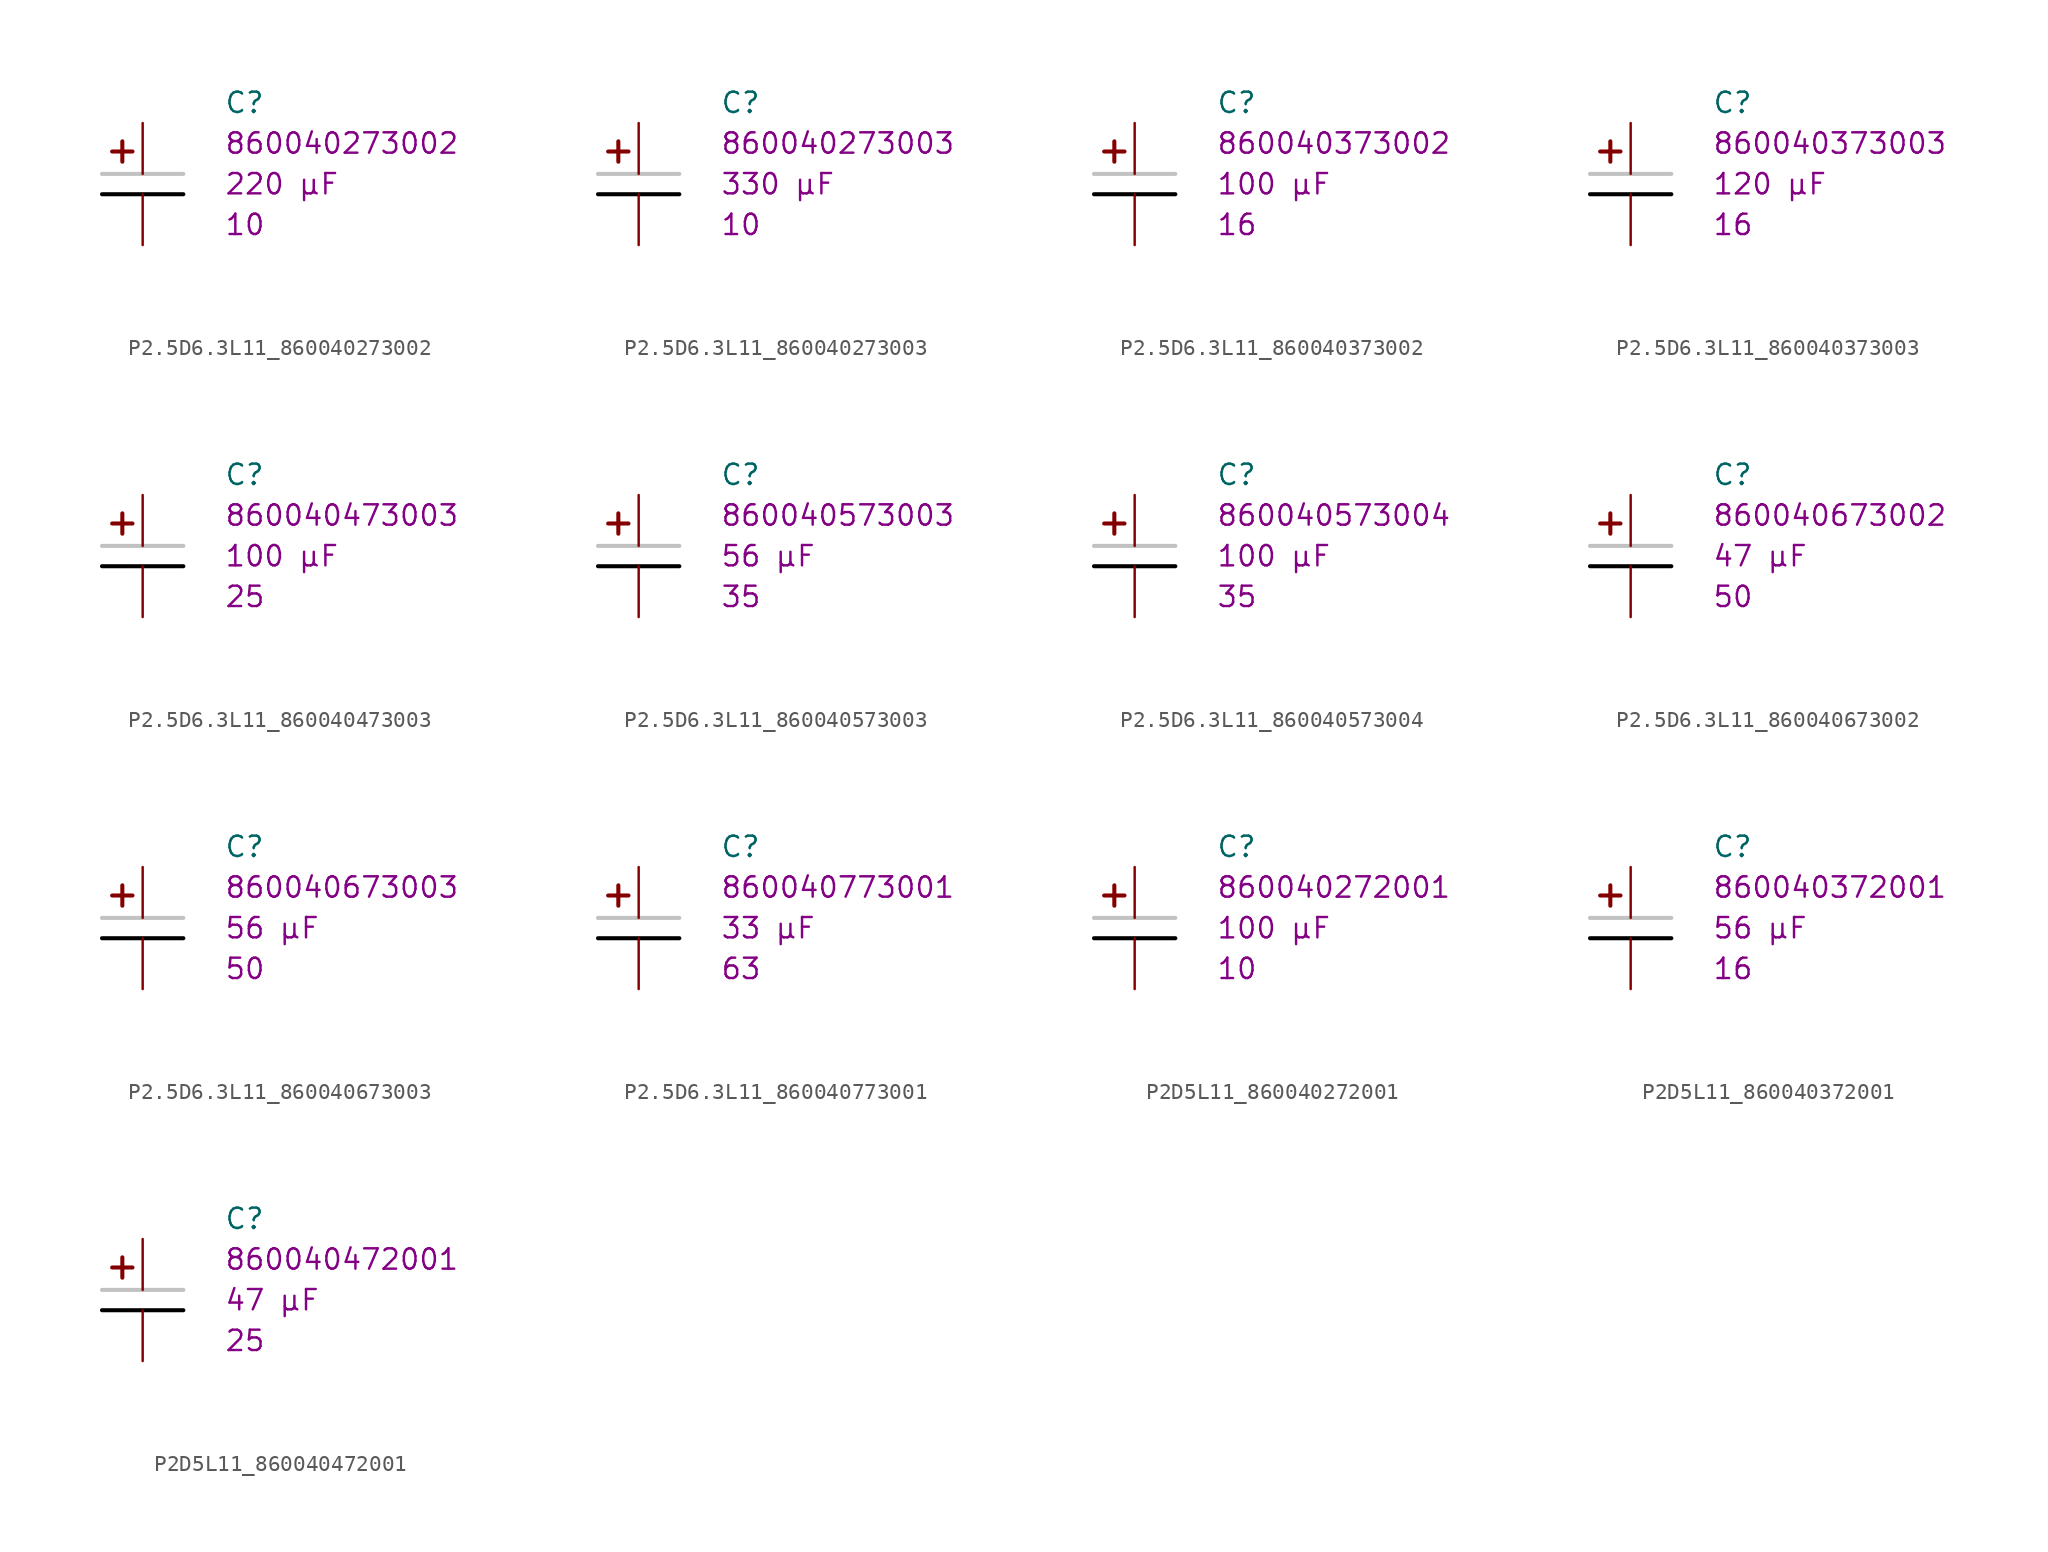
<source format=kicad_sym>
(kicad_symbol_lib
  (version 20220914)
  (generator kicad_symbol_editor)
  (symbol "P2.5D6.3L11_860040273002"
    (pin_numbers hide)
    (pin_names hide)
    (property "Reference" "C"
      (at 5.08 5.08 0)
      (effects (font (size 1.27 1.27)) (justify left)))
    (property "Part Number" "860040273002"
      (at 5.08 2.54 0)
      (effects (font (size 1.27 1.27)) (justify left)))
    (property "Capacitance" "220 µF"
      (at 5.08 0 0)
      (effects (font (size 1.27 1.27)) (justify left)))
    (property "Voltage" "10"
      (at 5.08 -2.54 0)
      (effects (font (size 1.27 1.27)) (justify left)))
    (property "Critical Parameter" ""
      (at 0 -7.62 0)
      (effects (font (size 1.27 1.27)) (justify left)))
    (symbol "P2.5D6.3L11_860040273002_1_1"
      (polyline (pts (xy -1.27 2.667) (xy -1.27 1.397)) (stroke (width 0.254) (type default)) (fill (type none)))
      (polyline (pts (xy -0.635 2.032) (xy -1.905 2.032)) (stroke (width 0.254) (type default)) (fill (type none)))
      (polyline (pts (xy 2.54 -0.635) (xy -2.54 -0.635)) (stroke (width 0.254) (type default) (color 0 0 0 1)) (fill (type none)))
      (polyline (pts (xy 2.54 0.635) (xy -2.54 0.635)) (stroke (width 0.254) (type default) (color 194 194 194 1)) (fill (type none)))
      (pin passive line (at 0 3.81 270) (length 3.175) (name "1" (effects (font (size 1.27 1.27)))) (number "1" (effects (font (size 1.27 1.27)))))
      (pin passive line (at 0 -3.81 90) (length 3.175) (name "2" (effects (font (size 1.27 1.27)))) (number "2" (effects (font (size 1.27 1.27)))))))
  (symbol "P2.5D6.3L11_860040273003"
    (pin_numbers hide)
    (pin_names hide)
    (property "Reference" "C"
      (at 5.08 5.08 0)
      (effects (font (size 1.27 1.27)) (justify left)))
    (property "Part Number" "860040273003"
      (at 5.08 2.54 0)
      (effects (font (size 1.27 1.27)) (justify left)))
    (property "Capacitance" "330 µF"
      (at 5.08 0 0)
      (effects (font (size 1.27 1.27)) (justify left)))
    (property "Voltage" "10"
      (at 5.08 -2.54 0)
      (effects (font (size 1.27 1.27)) (justify left)))
    (property "Critical Parameter" ""
      (at 0 -7.62 0)
      (effects (font (size 1.27 1.27)) (justify left)))
    (symbol "P2.5D6.3L11_860040273003_1_1"
      (polyline (pts (xy -1.27 2.667) (xy -1.27 1.397)) (stroke (width 0.254) (type default)) (fill (type none)))
      (polyline (pts (xy -0.635 2.032) (xy -1.905 2.032)) (stroke (width 0.254) (type default)) (fill (type none)))
      (polyline (pts (xy 2.54 -0.635) (xy -2.54 -0.635)) (stroke (width 0.254) (type default) (color 0 0 0 1)) (fill (type none)))
      (polyline (pts (xy 2.54 0.635) (xy -2.54 0.635)) (stroke (width 0.254) (type default) (color 194 194 194 1)) (fill (type none)))
      (pin passive line (at 0 3.81 270) (length 3.175) (name "1" (effects (font (size 1.27 1.27)))) (number "1" (effects (font (size 1.27 1.27)))))
      (pin passive line (at 0 -3.81 90) (length 3.175) (name "2" (effects (font (size 1.27 1.27)))) (number "2" (effects (font (size 1.27 1.27)))))))
  (symbol "P2.5D6.3L11_860040373002"
    (pin_numbers hide)
    (pin_names hide)
    (property "Reference" "C"
      (at 5.08 5.08 0)
      (effects (font (size 1.27 1.27)) (justify left)))
    (property "Part Number" "860040373002"
      (at 5.08 2.54 0)
      (effects (font (size 1.27 1.27)) (justify left)))
    (property "Capacitance" "100 µF"
      (at 5.08 0 0)
      (effects (font (size 1.27 1.27)) (justify left)))
    (property "Voltage" "16"
      (at 5.08 -2.54 0)
      (effects (font (size 1.27 1.27)) (justify left)))
    (property "Critical Parameter" ""
      (at 0 -7.62 0)
      (effects (font (size 1.27 1.27)) (justify left)))
    (symbol "P2.5D6.3L11_860040373002_1_1"
      (polyline (pts (xy -1.27 2.667) (xy -1.27 1.397)) (stroke (width 0.254) (type default)) (fill (type none)))
      (polyline (pts (xy -0.635 2.032) (xy -1.905 2.032)) (stroke (width 0.254) (type default)) (fill (type none)))
      (polyline (pts (xy 2.54 -0.635) (xy -2.54 -0.635)) (stroke (width 0.254) (type default) (color 0 0 0 1)) (fill (type none)))
      (polyline (pts (xy 2.54 0.635) (xy -2.54 0.635)) (stroke (width 0.254) (type default) (color 194 194 194 1)) (fill (type none)))
      (pin passive line (at 0 3.81 270) (length 3.175) (name "1" (effects (font (size 1.27 1.27)))) (number "1" (effects (font (size 1.27 1.27)))))
      (pin passive line (at 0 -3.81 90) (length 3.175) (name "2" (effects (font (size 1.27 1.27)))) (number "2" (effects (font (size 1.27 1.27)))))))
  (symbol "P2.5D6.3L11_860040373003"
    (pin_numbers hide)
    (pin_names hide)
    (property "Reference" "C"
      (at 5.08 5.08 0)
      (effects (font (size 1.27 1.27)) (justify left)))
    (property "Part Number" "860040373003"
      (at 5.08 2.54 0)
      (effects (font (size 1.27 1.27)) (justify left)))
    (property "Capacitance" "120 µF"
      (at 5.08 0 0)
      (effects (font (size 1.27 1.27)) (justify left)))
    (property "Voltage" "16"
      (at 5.08 -2.54 0)
      (effects (font (size 1.27 1.27)) (justify left)))
    (property "Critical Parameter" ""
      (at 0 -7.62 0)
      (effects (font (size 1.27 1.27)) (justify left)))
    (symbol "P2.5D6.3L11_860040373003_1_1"
      (polyline (pts (xy -1.27 2.667) (xy -1.27 1.397)) (stroke (width 0.254) (type default)) (fill (type none)))
      (polyline (pts (xy -0.635 2.032) (xy -1.905 2.032)) (stroke (width 0.254) (type default)) (fill (type none)))
      (polyline (pts (xy 2.54 -0.635) (xy -2.54 -0.635)) (stroke (width 0.254) (type default) (color 0 0 0 1)) (fill (type none)))
      (polyline (pts (xy 2.54 0.635) (xy -2.54 0.635)) (stroke (width 0.254) (type default) (color 194 194 194 1)) (fill (type none)))
      (pin passive line (at 0 3.81 270) (length 3.175) (name "1" (effects (font (size 1.27 1.27)))) (number "1" (effects (font (size 1.27 1.27)))))
      (pin passive line (at 0 -3.81 90) (length 3.175) (name "2" (effects (font (size 1.27 1.27)))) (number "2" (effects (font (size 1.27 1.27)))))))
  (symbol "P2.5D6.3L11_860040473003"
    (pin_numbers hide)
    (pin_names hide)
    (property "Reference" "C"
      (at 5.08 5.08 0)
      (effects (font (size 1.27 1.27)) (justify left)))
    (property "Part Number" "860040473003"
      (at 5.08 2.54 0)
      (effects (font (size 1.27 1.27)) (justify left)))
    (property "Capacitance" "100 µF"
      (at 5.08 0 0)
      (effects (font (size 1.27 1.27)) (justify left)))
    (property "Voltage" "25"
      (at 5.08 -2.54 0)
      (effects (font (size 1.27 1.27)) (justify left)))
    (property "Critical Parameter" ""
      (at 0 -7.62 0)
      (effects (font (size 1.27 1.27)) (justify left)))
    (symbol "P2.5D6.3L11_860040473003_1_1"
      (polyline (pts (xy -1.27 2.667) (xy -1.27 1.397)) (stroke (width 0.254) (type default)) (fill (type none)))
      (polyline (pts (xy -0.635 2.032) (xy -1.905 2.032)) (stroke (width 0.254) (type default)) (fill (type none)))
      (polyline (pts (xy 2.54 -0.635) (xy -2.54 -0.635)) (stroke (width 0.254) (type default) (color 0 0 0 1)) (fill (type none)))
      (polyline (pts (xy 2.54 0.635) (xy -2.54 0.635)) (stroke (width 0.254) (type default) (color 194 194 194 1)) (fill (type none)))
      (pin passive line (at 0 3.81 270) (length 3.175) (name "1" (effects (font (size 1.27 1.27)))) (number "1" (effects (font (size 1.27 1.27)))))
      (pin passive line (at 0 -3.81 90) (length 3.175) (name "2" (effects (font (size 1.27 1.27)))) (number "2" (effects (font (size 1.27 1.27)))))))
  (symbol "P2.5D6.3L11_860040573003"
    (pin_numbers hide)
    (pin_names hide)
    (property "Reference" "C"
      (at 5.08 5.08 0)
      (effects (font (size 1.27 1.27)) (justify left)))
    (property "Part Number" "860040573003"
      (at 5.08 2.54 0)
      (effects (font (size 1.27 1.27)) (justify left)))
    (property "Capacitance" "56 µF"
      (at 5.08 0 0)
      (effects (font (size 1.27 1.27)) (justify left)))
    (property "Voltage" "35"
      (at 5.08 -2.54 0)
      (effects (font (size 1.27 1.27)) (justify left)))
    (property "Critical Parameter" ""
      (at 0 -7.62 0)
      (effects (font (size 1.27 1.27)) (justify left)))
    (symbol "P2.5D6.3L11_860040573003_1_1"
      (polyline (pts (xy -1.27 2.667) (xy -1.27 1.397)) (stroke (width 0.254) (type default)) (fill (type none)))
      (polyline (pts (xy -0.635 2.032) (xy -1.905 2.032)) (stroke (width 0.254) (type default)) (fill (type none)))
      (polyline (pts (xy 2.54 -0.635) (xy -2.54 -0.635)) (stroke (width 0.254) (type default) (color 0 0 0 1)) (fill (type none)))
      (polyline (pts (xy 2.54 0.635) (xy -2.54 0.635)) (stroke (width 0.254) (type default) (color 194 194 194 1)) (fill (type none)))
      (pin passive line (at 0 3.81 270) (length 3.175) (name "1" (effects (font (size 1.27 1.27)))) (number "1" (effects (font (size 1.27 1.27)))))
      (pin passive line (at 0 -3.81 90) (length 3.175) (name "2" (effects (font (size 1.27 1.27)))) (number "2" (effects (font (size 1.27 1.27)))))))
  (symbol "P2.5D6.3L11_860040573004"
    (pin_numbers hide)
    (pin_names hide)
    (property "Reference" "C"
      (at 5.08 5.08 0)
      (effects (font (size 1.27 1.27)) (justify left)))
    (property "Part Number" "860040573004"
      (at 5.08 2.54 0)
      (effects (font (size 1.27 1.27)) (justify left)))
    (property "Capacitance" "100 µF"
      (at 5.08 0 0)
      (effects (font (size 1.27 1.27)) (justify left)))
    (property "Voltage" "35"
      (at 5.08 -2.54 0)
      (effects (font (size 1.27 1.27)) (justify left)))
    (property "Critical Parameter" ""
      (at 0 -7.62 0)
      (effects (font (size 1.27 1.27)) (justify left)))
    (symbol "P2.5D6.3L11_860040573004_1_1"
      (polyline (pts (xy -1.27 2.667) (xy -1.27 1.397)) (stroke (width 0.254) (type default)) (fill (type none)))
      (polyline (pts (xy -0.635 2.032) (xy -1.905 2.032)) (stroke (width 0.254) (type default)) (fill (type none)))
      (polyline (pts (xy 2.54 -0.635) (xy -2.54 -0.635)) (stroke (width 0.254) (type default) (color 0 0 0 1)) (fill (type none)))
      (polyline (pts (xy 2.54 0.635) (xy -2.54 0.635)) (stroke (width 0.254) (type default) (color 194 194 194 1)) (fill (type none)))
      (pin passive line (at 0 3.81 270) (length 3.175) (name "1" (effects (font (size 1.27 1.27)))) (number "1" (effects (font (size 1.27 1.27)))))
      (pin passive line (at 0 -3.81 90) (length 3.175) (name "2" (effects (font (size 1.27 1.27)))) (number "2" (effects (font (size 1.27 1.27)))))))
  (symbol "P2.5D6.3L11_860040673002"
    (pin_numbers hide)
    (pin_names hide)
    (property "Reference" "C"
      (at 5.08 5.08 0)
      (effects (font (size 1.27 1.27)) (justify left)))
    (property "Part Number" "860040673002"
      (at 5.08 2.54 0)
      (effects (font (size 1.27 1.27)) (justify left)))
    (property "Capacitance" "47 µF"
      (at 5.08 0 0)
      (effects (font (size 1.27 1.27)) (justify left)))
    (property "Voltage" "50"
      (at 5.08 -2.54 0)
      (effects (font (size 1.27 1.27)) (justify left)))
    (property "Critical Parameter" ""
      (at 0 -7.62 0)
      (effects (font (size 1.27 1.27)) (justify left)))
    (symbol "P2.5D6.3L11_860040673002_1_1"
      (polyline (pts (xy -1.27 2.667) (xy -1.27 1.397)) (stroke (width 0.254) (type default)) (fill (type none)))
      (polyline (pts (xy -0.635 2.032) (xy -1.905 2.032)) (stroke (width 0.254) (type default)) (fill (type none)))
      (polyline (pts (xy 2.54 -0.635) (xy -2.54 -0.635)) (stroke (width 0.254) (type default) (color 0 0 0 1)) (fill (type none)))
      (polyline (pts (xy 2.54 0.635) (xy -2.54 0.635)) (stroke (width 0.254) (type default) (color 194 194 194 1)) (fill (type none)))
      (pin passive line (at 0 3.81 270) (length 3.175) (name "1" (effects (font (size 1.27 1.27)))) (number "1" (effects (font (size 1.27 1.27)))))
      (pin passive line (at 0 -3.81 90) (length 3.175) (name "2" (effects (font (size 1.27 1.27)))) (number "2" (effects (font (size 1.27 1.27)))))))
  (symbol "P2.5D6.3L11_860040673003"
    (pin_numbers hide)
    (pin_names hide)
    (property "Reference" "C"
      (at 5.08 5.08 0)
      (effects (font (size 1.27 1.27)) (justify left)))
    (property "Part Number" "860040673003"
      (at 5.08 2.54 0)
      (effects (font (size 1.27 1.27)) (justify left)))
    (property "Capacitance" "56 µF"
      (at 5.08 0 0)
      (effects (font (size 1.27 1.27)) (justify left)))
    (property "Voltage" "50"
      (at 5.08 -2.54 0)
      (effects (font (size 1.27 1.27)) (justify left)))
    (property "Critical Parameter" ""
      (at 0 -7.62 0)
      (effects (font (size 1.27 1.27)) (justify left)))
    (symbol "P2.5D6.3L11_860040673003_1_1"
      (polyline (pts (xy -1.27 2.667) (xy -1.27 1.397)) (stroke (width 0.254) (type default)) (fill (type none)))
      (polyline (pts (xy -0.635 2.032) (xy -1.905 2.032)) (stroke (width 0.254) (type default)) (fill (type none)))
      (polyline (pts (xy 2.54 -0.635) (xy -2.54 -0.635)) (stroke (width 0.254) (type default) (color 0 0 0 1)) (fill (type none)))
      (polyline (pts (xy 2.54 0.635) (xy -2.54 0.635)) (stroke (width 0.254) (type default) (color 194 194 194 1)) (fill (type none)))
      (pin passive line (at 0 3.81 270) (length 3.175) (name "1" (effects (font (size 1.27 1.27)))) (number "1" (effects (font (size 1.27 1.27)))))
      (pin passive line (at 0 -3.81 90) (length 3.175) (name "2" (effects (font (size 1.27 1.27)))) (number "2" (effects (font (size 1.27 1.27)))))))
  (symbol "P2.5D6.3L11_860040773001"
    (pin_numbers hide)
    (pin_names hide)
    (property "Reference" "C"
      (at 5.08 5.08 0)
      (effects (font (size 1.27 1.27)) (justify left)))
    (property "Part Number" "860040773001"
      (at 5.08 2.54 0)
      (effects (font (size 1.27 1.27)) (justify left)))
    (property "Capacitance" "33 µF"
      (at 5.08 0 0)
      (effects (font (size 1.27 1.27)) (justify left)))
    (property "Voltage" "63"
      (at 5.08 -2.54 0)
      (effects (font (size 1.27 1.27)) (justify left)))
    (property "Critical Parameter" ""
      (at 0 -7.62 0)
      (effects (font (size 1.27 1.27)) (justify left)))
    (symbol "P2.5D6.3L11_860040773001_1_1"
      (polyline (pts (xy -1.27 2.667) (xy -1.27 1.397)) (stroke (width 0.254) (type default)) (fill (type none)))
      (polyline (pts (xy -0.635 2.032) (xy -1.905 2.032)) (stroke (width 0.254) (type default)) (fill (type none)))
      (polyline (pts (xy 2.54 -0.635) (xy -2.54 -0.635)) (stroke (width 0.254) (type default) (color 0 0 0 1)) (fill (type none)))
      (polyline (pts (xy 2.54 0.635) (xy -2.54 0.635)) (stroke (width 0.254) (type default) (color 194 194 194 1)) (fill (type none)))
      (pin passive line (at 0 3.81 270) (length 3.175) (name "1" (effects (font (size 1.27 1.27)))) (number "1" (effects (font (size 1.27 1.27)))))
      (pin passive line (at 0 -3.81 90) (length 3.175) (name "2" (effects (font (size 1.27 1.27)))) (number "2" (effects (font (size 1.27 1.27)))))))
  (symbol "P2D5L11_860040272001"
    (pin_numbers hide)
    (pin_names hide)
    (property "Reference" "C"
      (at 5.08 5.08 0)
      (effects (font (size 1.27 1.27)) (justify left)))
    (property "Part Number" "860040272001"
      (at 5.08 2.54 0)
      (effects (font (size 1.27 1.27)) (justify left)))
    (property "Capacitance" "100 µF"
      (at 5.08 0 0)
      (effects (font (size 1.27 1.27)) (justify left)))
    (property "Voltage" "10"
      (at 5.08 -2.54 0)
      (effects (font (size 1.27 1.27)) (justify left)))
    (property "Critical Parameter" ""
      (at 0 -7.62 0)
      (effects (font (size 1.27 1.27)) (justify left)))
    (symbol "P2D5L11_860040272001_1_1"
      (polyline (pts (xy -1.27 2.667) (xy -1.27 1.397)) (stroke (width 0.254) (type default)) (fill (type none)))
      (polyline (pts (xy -0.635 2.032) (xy -1.905 2.032)) (stroke (width 0.254) (type default)) (fill (type none)))
      (polyline (pts (xy 2.54 -0.635) (xy -2.54 -0.635)) (stroke (width 0.254) (type default) (color 0 0 0 1)) (fill (type none)))
      (polyline (pts (xy 2.54 0.635) (xy -2.54 0.635)) (stroke (width 0.254) (type default) (color 194 194 194 1)) (fill (type none)))
      (pin passive line (at 0 3.81 270) (length 3.175) (name "1" (effects (font (size 1.27 1.27)))) (number "1" (effects (font (size 1.27 1.27)))))
      (pin passive line (at 0 -3.81 90) (length 3.175) (name "2" (effects (font (size 1.27 1.27)))) (number "2" (effects (font (size 1.27 1.27)))))))
  (symbol "P2D5L11_860040372001"
    (pin_numbers hide)
    (pin_names hide)
    (property "Reference" "C"
      (at 5.08 5.08 0)
      (effects (font (size 1.27 1.27)) (justify left)))
    (property "Part Number" "860040372001"
      (at 5.08 2.54 0)
      (effects (font (size 1.27 1.27)) (justify left)))
    (property "Capacitance" "56 µF"
      (at 5.08 0 0)
      (effects (font (size 1.27 1.27)) (justify left)))
    (property "Voltage" "16"
      (at 5.08 -2.54 0)
      (effects (font (size 1.27 1.27)) (justify left)))
    (property "Critical Parameter" ""
      (at 0 -7.62 0)
      (effects (font (size 1.27 1.27)) (justify left)))
    (symbol "P2D5L11_860040372001_1_1"
      (polyline (pts (xy -1.27 2.667) (xy -1.27 1.397)) (stroke (width 0.254) (type default)) (fill (type none)))
      (polyline (pts (xy -0.635 2.032) (xy -1.905 2.032)) (stroke (width 0.254) (type default)) (fill (type none)))
      (polyline (pts (xy 2.54 -0.635) (xy -2.54 -0.635)) (stroke (width 0.254) (type default) (color 0 0 0 1)) (fill (type none)))
      (polyline (pts (xy 2.54 0.635) (xy -2.54 0.635)) (stroke (width 0.254) (type default) (color 194 194 194 1)) (fill (type none)))
      (pin passive line (at 0 3.81 270) (length 3.175) (name "1" (effects (font (size 1.27 1.27)))) (number "1" (effects (font (size 1.27 1.27)))))
      (pin passive line (at 0 -3.81 90) (length 3.175) (name "2" (effects (font (size 1.27 1.27)))) (number "2" (effects (font (size 1.27 1.27)))))))
  (symbol "P2D5L11_860040472001"
    (pin_numbers hide)
    (pin_names hide)
    (property "Reference" "C"
      (at 5.08 5.08 0)
      (effects (font (size 1.27 1.27)) (justify left)))
    (property "Part Number" "860040472001"
      (at 5.08 2.54 0)
      (effects (font (size 1.27 1.27)) (justify left)))
    (property "Capacitance" "47 µF"
      (at 5.08 0 0)
      (effects (font (size 1.27 1.27)) (justify left)))
    (property "Voltage" "25"
      (at 5.08 -2.54 0)
      (effects (font (size 1.27 1.27)) (justify left)))
    (property "Critical Parameter" ""
      (at 0 -7.62 0)
      (effects (font (size 1.27 1.27)) (justify left)))
    (symbol "P2D5L11_860040472001_1_1"
      (polyline (pts (xy -1.27 2.667) (xy -1.27 1.397)) (stroke (width 0.254) (type default)) (fill (type none)))
      (polyline (pts (xy -0.635 2.032) (xy -1.905 2.032)) (stroke (width 0.254) (type default)) (fill (type none)))
      (polyline (pts (xy 2.54 -0.635) (xy -2.54 -0.635)) (stroke (width 0.254) (type default) (color 0 0 0 1)) (fill (type none)))
      (polyline (pts (xy 2.54 0.635) (xy -2.54 0.635)) (stroke (width 0.254) (type default) (color 194 194 194 1)) (fill (type none)))
      (pin passive line (at 0 3.81 270) (length 3.175) (name "1" (effects (font (size 1.27 1.27)))) (number "1" (effects (font (size 1.27 1.27)))))
      (pin passive line (at 0 -3.81 90) (length 3.175) (name "2" (effects (font (size 1.27 1.27)))) (number "2" (effects (font (size 1.27 1.27))))))))
</source>
